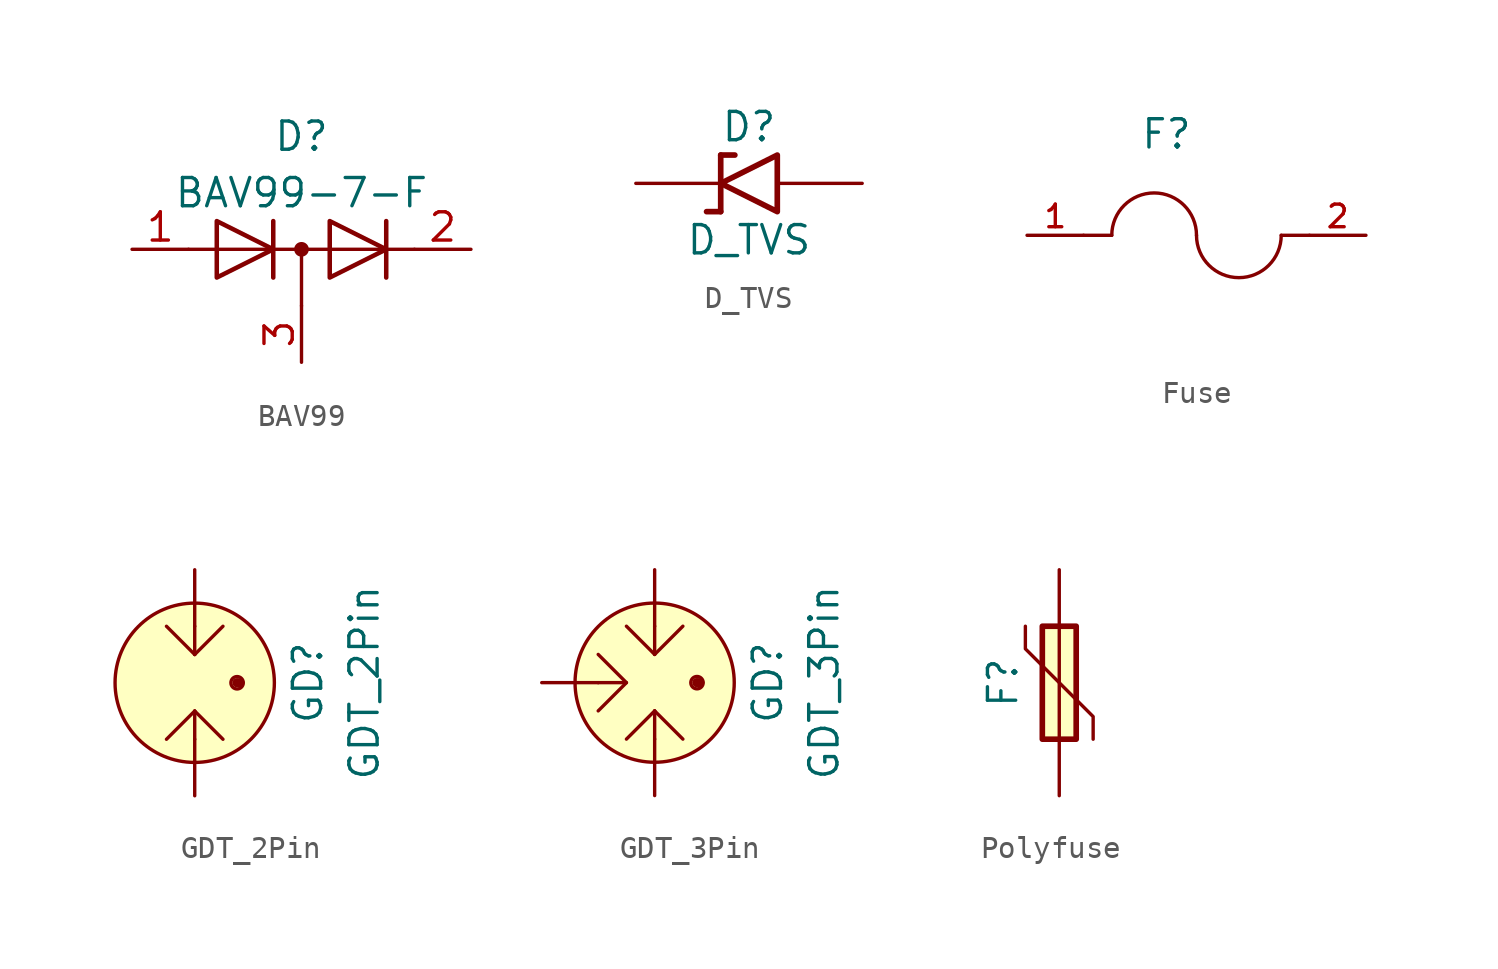
<source format=kicad_sym>
(kicad_symbol_lib
  (version 20220914)
  (generator kicad_symbol_editor)
  (symbol "BAV99"
    (pin_names hide)
    (property "Reference" "D"
      (at 0 5.08 0)
      (effects (font (size 1.27 1.27))))
    (property "Value" "BAV99-7-F"
      (at 0 2.54 0)
      (effects (font (size 1.27 1.27))))
    (symbol "BAV99_0_1"
      (polyline (pts (xy -5.08 0) (xy 5.08 0)) (stroke (width 0) (type default)) (fill (type none))))
    (symbol "BAV99_1_1"
      (polyline (pts (xy 0 0) (xy 0 -2.54)) (stroke (width 0) (type default)) (fill (type none)))
      (polyline (pts (xy -1.27 -1.27) (xy -1.27 1.27) (xy -1.27 1.27)) (stroke (width 0.203) (type default)) (fill (type none)))
      (polyline (pts (xy 3.81 1.27) (xy 3.81 -1.27) (xy 3.81 -1.27)) (stroke (width 0.203) (type default)) (fill (type none)))
      (polyline (pts (xy -3.81 1.27) (xy -1.27 0) (xy -3.81 -1.27) (xy -3.81 1.27) (xy -3.81 1.27) (xy -3.81 1.27)) (stroke (width 0.203) (type default)) (fill (type none)))
      (polyline (pts (xy 1.27 1.27) (xy 3.81 0) (xy 1.27 -1.27) (xy 1.27 1.27) (xy 1.27 1.27) (xy 1.27 1.27)) (stroke (width 0.203) (type default)) (fill (type none)))
      (circle (center 0 0) (radius 0.254) (stroke (width 0) (type default)) (fill (type outline)))
      (pin passive line (at -7.62 0 0) (length 2.54) (name "K" (effects (font (size 1.27 1.27)))) (number "1" (effects (font (size 1.27 1.27)))))
      (pin passive line (at 7.62 0 180) (length 2.54) (name "A" (effects (font (size 1.27 1.27)))) (number "2" (effects (font (size 1.27 1.27)))))
      (pin passive line (at 0 -5.08 90) (length 2.54) (name "K" (effects (font (size 1.27 1.27)))) (number "3" (effects (font (size 1.27 1.27)))))))
  (symbol "D_TVS"
    (pin_numbers hide)
    (pin_names hide)
    (property "Reference" "D"
      (at 0 2.54 0)
      (effects (font (size 1.27 1.27))))
    (property "Value" "D_TVS"
      (at 0 -2.54 0)
      (effects (font (size 1.27 1.27))))
    (symbol "D_TVS_0_1"
      (polyline (pts (xy -1.27 1.27) (xy -1.27 -1.27)) (stroke (width 0.254) (type default)) (fill (type none)))
      (polyline (pts (xy 1.27 1.27) (xy 1.27 -1.27) (xy -1.27 0) (xy 1.27 1.27)) (stroke (width 0.254) (type default)) (fill (type none))))
    (symbol "D_TVS_1_1"
      (polyline (pts (xy -1.27 -1.27) (xy -1.905 -1.27)) (stroke (width 0.254) (type default)) (fill (type none)))
      (polyline (pts (xy -0.635 1.27) (xy -1.27 1.27)) (stroke (width 0.254) (type default)) (fill (type none)))
      (pin passive line (at -5.08 0 0) (length 3.81) (name "K" (effects (font (size 1.27 1.27)))) (number "1" (effects (font (size 1.27 1.27)))))
      (pin passive line (at 5.08 0 180) (length 3.81) (name "A" (effects (font (size 1.27 1.27)))) (number "2" (effects (font (size 1.27 1.27)))))))
  (symbol "Fuse"
    (pin_names
      (offset 1.016))
    (property "Reference" "F"
      (at -2.54 3.81 0)
      (effects (font (size 1.27 1.27)) (justify left bottom)))
    (property "Value" ""
      (at -2.54 -5.08 0)
      (effects (font (size 1.27 1.27)) (justify left bottom)))
    (symbol "Fuse_0_0"
      (arc (start 0 0) (mid -1.905 1.8967) (end -3.81 0) (stroke (width 0.1524) (type default)) (fill (type none)))
      (polyline (pts (xy -5.08 0) (xy -3.81 0)) (stroke (width 0.152) (type default)) (fill (type none)))
      (polyline (pts (xy 5.08 0) (xy 3.81 0)) (stroke (width 0.152) (type default)) (fill (type none)))
      (arc (start 0 0) (mid 1.905 -1.8967) (end 3.81 0) (stroke (width 0.1524) (type default)) (fill (type none)))
      (pin passive line (at -7.62 0 0) (length 2.54) (name "~" (effects (font (size 1.016 1.016)))) (number "1" (effects (font (size 1.016 1.016)))))
      (pin passive line (at 7.62 0 180) (length 2.54) (name "~" (effects (font (size 1.016 1.016)))) (number "2" (effects (font (size 1.016 1.016)))))))
  (symbol "GDT_2Pin"
    (pin_numbers hide)
    (property "Reference" "GD"
      (at 5.08 0 90)
      (effects (font (size 1.27 1.27))))
    (property "Value" "GDT_2Pin"
      (at 7.62 0 90)
      (effects (font (size 1.27 1.27))))
    (symbol "GDT_2Pin_0_1"
      (polyline (pts (xy 0 -2.54) (xy 0 -1.27)) (stroke (width 0) (type default)) (fill (type none)))
      (polyline (pts (xy 0 -1.27) (xy -1.27 -2.54)) (stroke (width 0) (type default)) (fill (type none)))
      (polyline (pts (xy 0 -1.27) (xy 1.27 -2.54)) (stroke (width 0) (type default)) (fill (type none)))
      (polyline (pts (xy 0 1.27) (xy -1.27 2.54)) (stroke (width 0) (type default)) (fill (type none)))
      (polyline (pts (xy 0 1.27) (xy 1.27 2.54)) (stroke (width 0) (type default)) (fill (type none)))
      (polyline (pts (xy 0 2.54) (xy 0 1.27)) (stroke (width 0) (type default)) (fill (type none)))
      (circle (center 1.905 0) (radius 0.127) (stroke (width 0) (type default)) (fill (type none)))
      (circle (center 1.905 0) (radius 0.127) (stroke (width 0) (type default)) (fill (type none)))
      (circle (center 1.905 0) (radius 0.279) (stroke (width 0) (type default)) (fill (type none)))
      (circle (center 2.032 0) (radius 0.127) (stroke (width 0) (type default)) (fill (type none))))
    (symbol "GDT_2Pin_1_1"
      (circle (center 0 0) (radius 3.581) (stroke (width 0) (type default)) (fill (type background)))
      (pin passive line (at 0 -5.08 90) (length 2.54) (name "~" (effects (font (size 1.27 1.27)))) (number "1" (effects (font (size 1.27 1.27)))))
      (pin passive line (at 0 5.08 270) (length 2.54) (name "~" (effects (font (size 1.27 1.27)))) (number "3" (effects (font (size 1.27 1.27)))))))
  (symbol "GDT_3Pin"
    (pin_numbers hide)
    (property "Reference" "GD"
      (at 5.08 0 90)
      (effects (font (size 1.27 1.27))))
    (property "Value" "GDT_3Pin"
      (at 7.62 0 90)
      (effects (font (size 1.27 1.27))))
    (symbol "GDT_3Pin_0_1"
      (polyline (pts (xy -2.54 0) (xy -1.27 0)) (stroke (width 0) (type default)) (fill (type none)))
      (polyline (pts (xy 0 -2.54) (xy 0 -1.27)) (stroke (width 0) (type default)) (fill (type none)))
      (polyline (pts (xy 0 -1.27) (xy -1.27 -2.54)) (stroke (width 0) (type default)) (fill (type none)))
      (polyline (pts (xy 0 -1.27) (xy 1.27 -2.54)) (stroke (width 0) (type default)) (fill (type none)))
      (polyline (pts (xy 0 1.27) (xy -1.27 2.54)) (stroke (width 0) (type default)) (fill (type none)))
      (polyline (pts (xy 0 1.27) (xy 1.27 2.54)) (stroke (width 0) (type default)) (fill (type none)))
      (polyline (pts (xy 0 2.54) (xy 0 1.27)) (stroke (width 0) (type default)) (fill (type none)))
      (polyline (pts (xy -2.54 1.27) (xy -1.27 0) (xy -2.54 -1.27)) (stroke (width 0) (type default)) (fill (type none)))
      (circle (center 1.905 0) (radius 0.127) (stroke (width 0) (type default)) (fill (type none)))
      (circle (center 1.905 0) (radius 0.127) (stroke (width 0) (type default)) (fill (type none)))
      (circle (center 1.905 0) (radius 0.279) (stroke (width 0) (type default)) (fill (type none)))
      (circle (center 2.032 0) (radius 0.127) (stroke (width 0) (type default)) (fill (type none))))
    (symbol "GDT_3Pin_1_1"
      (circle (center 0 0) (radius 3.581) (stroke (width 0) (type default)) (fill (type background)))
      (pin passive line (at 0 -5.08 90) (length 2.54) (name "~" (effects (font (size 1.27 1.27)))) (number "1" (effects (font (size 1.27 1.27)))))
      (pin passive line (at -5.08 0 0) (length 2.54) (name "~" (effects (font (size 1.27 1.27)))) (number "2" (effects (font (size 1.27 1.27)))))
      (pin passive line (at 0 5.08 270) (length 2.54) (name "~" (effects (font (size 1.27 1.27)))) (number "3" (effects (font (size 1.27 1.27)))))))
  (symbol "Polyfuse"
    (pin_numbers hide)
    (pin_names
      (offset 0))
    (property "Reference" "F"
      (at -2.54 0 90)
      (effects (font (size 1.27 1.27))))
    (property "Value" ""
      (at 2.54 0 90)
      (effects (font (size 1.27 1.27))))
    (symbol "Polyfuse_0_1"
      (polyline (pts (xy 0 2.54) (xy 0 -2.54)) (stroke (width 0) (type default)) (fill (type none)))
      (polyline (pts (xy -1.524 2.54) (xy -1.524 1.524) (xy 1.524 -1.524) (xy 1.524 -2.54)) (stroke (width 0) (type default)) (fill (type none))))
    (symbol "Polyfuse_1_1"
      (rectangle (start -0.762 2.54) (end 0.762 -2.54) (stroke (width 0.254) (type default)) (fill (type background)))
      (pin passive line (at 0 5.08 270) (length 2.54) (name "~" (effects (font (size 1.27 1.27)))) (number "1" (effects (font (size 1.27 1.27)))))
      (pin passive line (at 0 -5.08 90) (length 2.54) (name "~" (effects (font (size 1.27 1.27)))) (number "2" (effects (font (size 1.27 1.27))))))))
</source>
